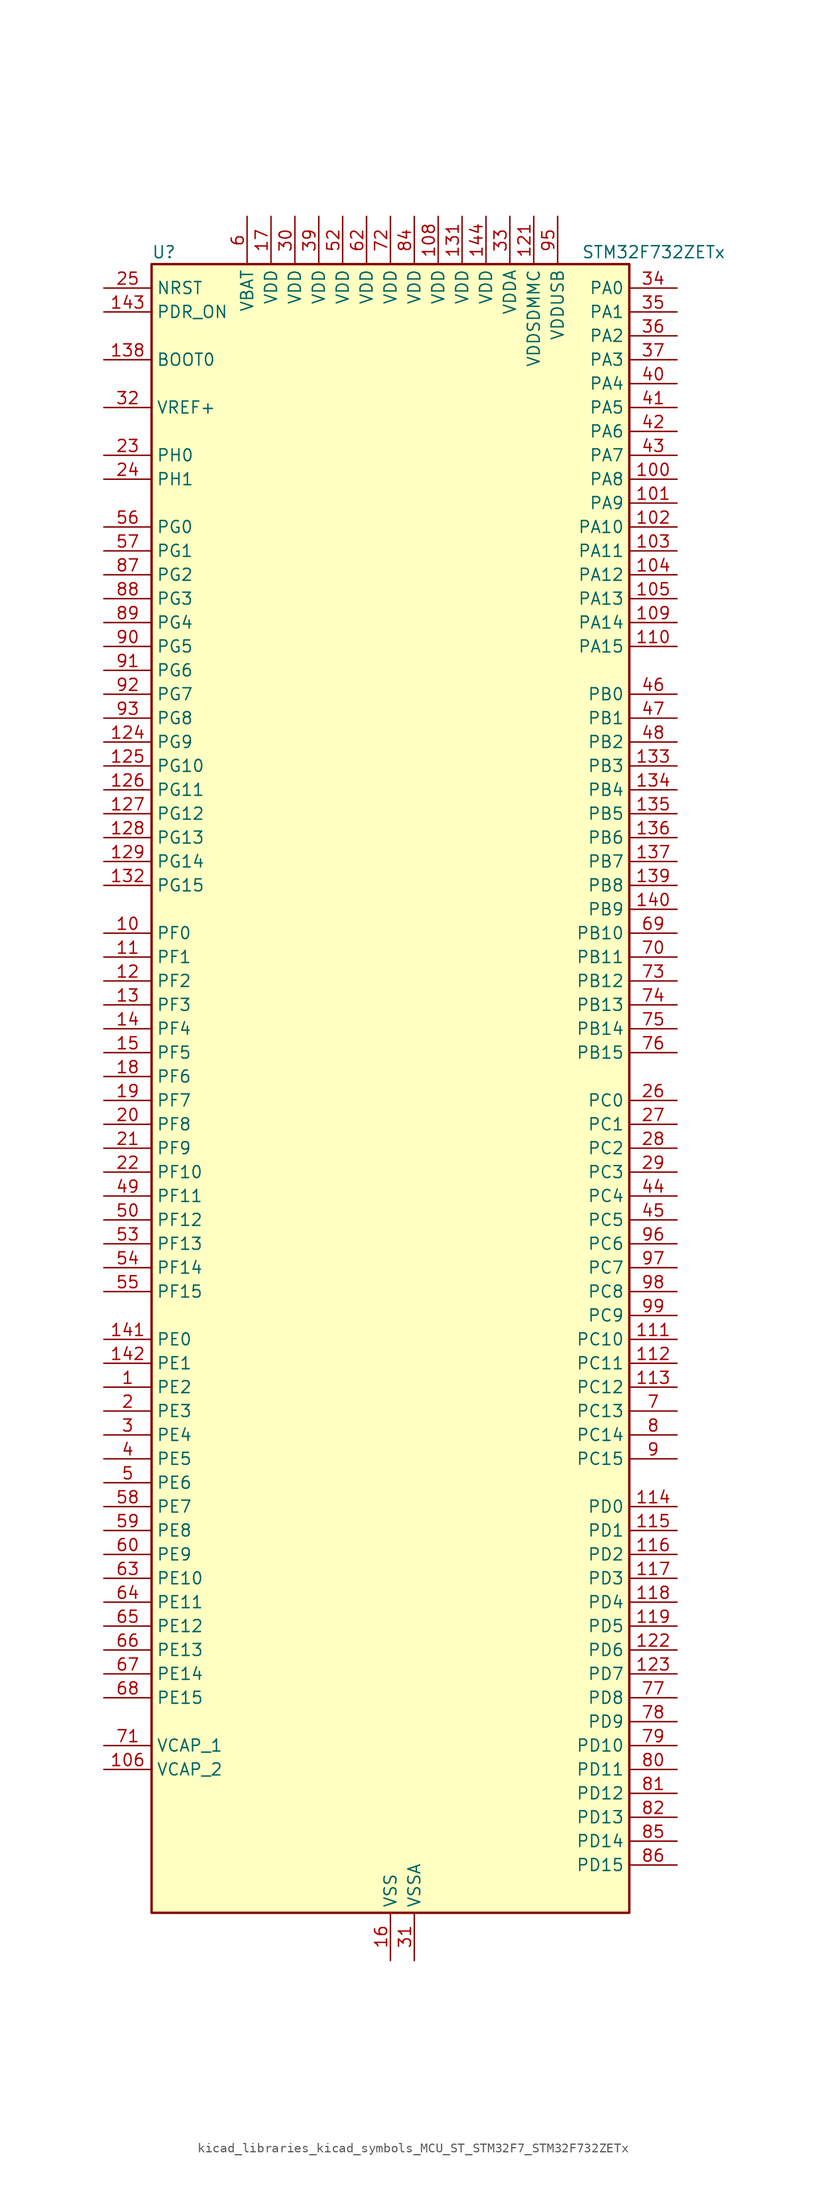
<source format=kicad_sym>
(kicad_symbol_lib
  (version 20220914)
  (generator kicad_symbol_editor)
  (symbol "kicad_libraries_kicad_symbols_MCU_ST_STM32F7_STM32F732ZETx"
    (property "Reference" "U"
      (at -25.4 90.17 0)
      (effects (font (size 1.27 1.27)) (justify left)))
    (property "Value" "STM32F732ZETx"
      (at 20.32 90.17 0)
      (effects (font (size 1.27 1.27)) (justify left)))
    (property "ki_locked" ""
      (at 0 0 0)
      (effects (font (size 1.27 1.27))))
    (symbol "kicad_libraries_kicad_symbols_MCU_ST_STM32F7_STM32F732ZETx_0_1"
      (rectangle (start -25.4 -86.36) (end 25.4 88.9) (stroke (width 0.254) (type default)) (fill (type background))))
    (symbol "kicad_libraries_kicad_symbols_MCU_ST_STM32F7_STM32F732ZETx_1_1"
      (pin bidirectional line (at -30.48 -30.48 0) (length 5.08) (name "PE2" (effects (font (size 1.27 1.27)))) (number "1" (effects (font (size 1.27 1.27)))) (alternate "FMC_A23" bidirectional line) (alternate "QUADSPI_BK1_IO2" bidirectional line) (alternate "SAI1_MCLK_A" bidirectional line) (alternate "SPI4_SCK" bidirectional line) (alternate "SYS_TRACECLK" bidirectional line))
      (pin bidirectional line (at -30.48 17.78 0) (length 5.08) (name "PF0" (effects (font (size 1.27 1.27)))) (number "10" (effects (font (size 1.27 1.27)))) (alternate "FMC_A0" bidirectional line) (alternate "I2C2_SDA" bidirectional line))
      (pin bidirectional line (at 30.48 66.04 180) (length 5.08) (name "PA8" (effects (font (size 1.27 1.27)))) (number "100" (effects (font (size 1.27 1.27)))) (alternate "I2C3_SCL" bidirectional line) (alternate "RCC_MCO_1" bidirectional line) (alternate "TIM1_CH1" bidirectional line) (alternate "TIM8_BKIN2" bidirectional line) (alternate "USART1_CK" bidirectional line) (alternate "USB_OTG_FS_SOF" bidirectional line))
      (pin bidirectional line (at 30.48 63.5 180) (length 5.08) (name "PA9" (effects (font (size 1.27 1.27)))) (number "101" (effects (font (size 1.27 1.27)))) (alternate "DAC_EXTI9" bidirectional line) (alternate "I2C3_SMBA" bidirectional line) (alternate "I2S2_CK" bidirectional line) (alternate "SPI2_SCK" bidirectional line) (alternate "TIM1_CH2" bidirectional line) (alternate "USART1_TX" bidirectional line) (alternate "USB_OTG_FS_VBUS" bidirectional line))
      (pin bidirectional line (at 30.48 60.96 180) (length 5.08) (name "PA10" (effects (font (size 1.27 1.27)))) (number "102" (effects (font (size 1.27 1.27)))) (alternate "TIM1_CH3" bidirectional line) (alternate "USART1_RX" bidirectional line) (alternate "USB_OTG_FS_ID" bidirectional line))
      (pin bidirectional line (at 30.48 58.42 180) (length 5.08) (name "PA11" (effects (font (size 1.27 1.27)))) (number "103" (effects (font (size 1.27 1.27)))) (alternate "ADC1_EXTI11" bidirectional line) (alternate "ADC2_EXTI11" bidirectional line) (alternate "ADC3_EXTI11" bidirectional line) (alternate "CAN1_RX" bidirectional line) (alternate "TIM1_CH4" bidirectional line) (alternate "USART1_CTS" bidirectional line) (alternate "USB_OTG_FS_DM" bidirectional line))
      (pin bidirectional line (at 30.48 55.88 180) (length 5.08) (name "PA12" (effects (font (size 1.27 1.27)))) (number "104" (effects (font (size 1.27 1.27)))) (alternate "CAN1_TX" bidirectional line) (alternate "SAI2_FS_B" bidirectional line) (alternate "TIM1_ETR" bidirectional line) (alternate "USART1_DE" bidirectional line) (alternate "USART1_RTS" bidirectional line) (alternate "USB_OTG_FS_DP" bidirectional line))
      (pin bidirectional line (at 30.48 53.34 180) (length 5.08) (name "PA13" (effects (font (size 1.27 1.27)))) (number "105" (effects (font (size 1.27 1.27)))) (alternate "SYS_JTMS-SWDIO" bidirectional line))
      (pin power_out line (at -30.48 -71.12 0) (length 5.08) (name "VCAP_2" (effects (font (size 1.27 1.27)))) (number "106" (effects (font (size 1.27 1.27)))))
      (pin passive line (at 0 -91.44 90) (length 5.08) hide (name "VSS" (effects (font (size 1.27 1.27)))) (number "107" (effects (font (size 1.27 1.27)))))
      (pin power_in line (at 5.08 93.98 270) (length 5.08) (name "VDD" (effects (font (size 1.27 1.27)))) (number "108" (effects (font (size 1.27 1.27)))))
      (pin bidirectional line (at 30.48 50.8 180) (length 5.08) (name "PA14" (effects (font (size 1.27 1.27)))) (number "109" (effects (font (size 1.27 1.27)))) (alternate "SYS_JTCK-SWCLK" bidirectional line))
      (pin bidirectional line (at -30.48 15.24 0) (length 5.08) (name "PF1" (effects (font (size 1.27 1.27)))) (number "11" (effects (font (size 1.27 1.27)))) (alternate "FMC_A1" bidirectional line) (alternate "I2C2_SCL" bidirectional line))
      (pin bidirectional line (at 30.48 48.26 180) (length 5.08) (name "PA15" (effects (font (size 1.27 1.27)))) (number "110" (effects (font (size 1.27 1.27)))) (alternate "I2S1_WS" bidirectional line) (alternate "I2S3_WS" bidirectional line) (alternate "SPI1_NSS" bidirectional line) (alternate "SPI3_NSS" bidirectional line) (alternate "SYS_JTDI" bidirectional line) (alternate "TIM2_CH1" bidirectional line) (alternate "TIM2_ETR" bidirectional line) (alternate "UART4_DE" bidirectional line) (alternate "UART4_RTS" bidirectional line))
      (pin bidirectional line (at 30.48 -25.4 180) (length 5.08) (name "PC10" (effects (font (size 1.27 1.27)))) (number "111" (effects (font (size 1.27 1.27)))) (alternate "I2S3_CK" bidirectional line) (alternate "QUADSPI_BK1_IO1" bidirectional line) (alternate "SDMMC1_D2" bidirectional line) (alternate "SPI3_SCK" bidirectional line) (alternate "UART4_TX" bidirectional line) (alternate "USART3_TX" bidirectional line))
      (pin bidirectional line (at 30.48 -27.94 180) (length 5.08) (name "PC11" (effects (font (size 1.27 1.27)))) (number "112" (effects (font (size 1.27 1.27)))) (alternate "ADC1_EXTI11" bidirectional line) (alternate "ADC2_EXTI11" bidirectional line) (alternate "ADC3_EXTI11" bidirectional line) (alternate "QUADSPI_BK2_NCS" bidirectional line) (alternate "SDMMC1_D3" bidirectional line) (alternate "SPI3_MISO" bidirectional line) (alternate "UART4_RX" bidirectional line) (alternate "USART3_RX" bidirectional line))
      (pin bidirectional line (at 30.48 -30.48 180) (length 5.08) (name "PC12" (effects (font (size 1.27 1.27)))) (number "113" (effects (font (size 1.27 1.27)))) (alternate "I2S3_SD" bidirectional line) (alternate "SDMMC1_CK" bidirectional line) (alternate "SPI3_MOSI" bidirectional line) (alternate "SYS_TRACED3" bidirectional line) (alternate "UART5_TX" bidirectional line) (alternate "USART3_CK" bidirectional line))
      (pin bidirectional line (at 30.48 -43.18 180) (length 5.08) (name "PD0" (effects (font (size 1.27 1.27)))) (number "114" (effects (font (size 1.27 1.27)))) (alternate "CAN1_RX" bidirectional line) (alternate "FMC_D2" bidirectional line) (alternate "FMC_DA2" bidirectional line))
      (pin bidirectional line (at 30.48 -45.72 180) (length 5.08) (name "PD1" (effects (font (size 1.27 1.27)))) (number "115" (effects (font (size 1.27 1.27)))) (alternate "CAN1_TX" bidirectional line) (alternate "FMC_D3" bidirectional line) (alternate "FMC_DA3" bidirectional line))
      (pin bidirectional line (at 30.48 -48.26 180) (length 5.08) (name "PD2" (effects (font (size 1.27 1.27)))) (number "116" (effects (font (size 1.27 1.27)))) (alternate "SDMMC1_CMD" bidirectional line) (alternate "SYS_TRACED2" bidirectional line) (alternate "TIM3_ETR" bidirectional line) (alternate "UART5_RX" bidirectional line))
      (pin bidirectional line (at 30.48 -50.8 180) (length 5.08) (name "PD3" (effects (font (size 1.27 1.27)))) (number "117" (effects (font (size 1.27 1.27)))) (alternate "FMC_CLK" bidirectional line) (alternate "I2S2_CK" bidirectional line) (alternate "SPI2_SCK" bidirectional line) (alternate "USART2_CTS" bidirectional line))
      (pin bidirectional line (at 30.48 -53.34 180) (length 5.08) (name "PD4" (effects (font (size 1.27 1.27)))) (number "118" (effects (font (size 1.27 1.27)))) (alternate "FMC_NOE" bidirectional line) (alternate "USART2_DE" bidirectional line) (alternate "USART2_RTS" bidirectional line))
      (pin bidirectional line (at 30.48 -55.88 180) (length 5.08) (name "PD5" (effects (font (size 1.27 1.27)))) (number "119" (effects (font (size 1.27 1.27)))) (alternate "FMC_NWE" bidirectional line) (alternate "USART2_TX" bidirectional line))
      (pin bidirectional line (at -30.48 12.7 0) (length 5.08) (name "PF2" (effects (font (size 1.27 1.27)))) (number "12" (effects (font (size 1.27 1.27)))) (alternate "FMC_A2" bidirectional line) (alternate "I2C2_SMBA" bidirectional line))
      (pin passive line (at 0 -91.44 90) (length 5.08) hide (name "VSS" (effects (font (size 1.27 1.27)))) (number "120" (effects (font (size 1.27 1.27)))))
      (pin power_in line (at 15.24 93.98 270) (length 5.08) (name "VDDSDMMC" (effects (font (size 1.27 1.27)))) (number "121" (effects (font (size 1.27 1.27)))))
      (pin bidirectional line (at 30.48 -58.42 180) (length 5.08) (name "PD6" (effects (font (size 1.27 1.27)))) (number "122" (effects (font (size 1.27 1.27)))) (alternate "FMC_NWAIT" bidirectional line) (alternate "I2S3_SD" bidirectional line) (alternate "SAI1_SD_A" bidirectional line) (alternate "SDMMC2_CK" bidirectional line) (alternate "SPI3_MOSI" bidirectional line) (alternate "USART2_RX" bidirectional line))
      (pin bidirectional line (at 30.48 -60.96 180) (length 5.08) (name "PD7" (effects (font (size 1.27 1.27)))) (number "123" (effects (font (size 1.27 1.27)))) (alternate "FMC_NE1" bidirectional line) (alternate "SDMMC2_CMD" bidirectional line) (alternate "USART2_CK" bidirectional line))
      (pin bidirectional line (at -30.48 38.1 0) (length 5.08) (name "PG9" (effects (font (size 1.27 1.27)))) (number "124" (effects (font (size 1.27 1.27)))) (alternate "DAC_EXTI9" bidirectional line) (alternate "FMC_NCE" bidirectional line) (alternate "FMC_NE2" bidirectional line) (alternate "QUADSPI_BK2_IO2" bidirectional line) (alternate "SAI2_FS_B" bidirectional line) (alternate "SDMMC2_D0" bidirectional line) (alternate "USART6_RX" bidirectional line))
      (pin bidirectional line (at -30.48 35.56 0) (length 5.08) (name "PG10" (effects (font (size 1.27 1.27)))) (number "125" (effects (font (size 1.27 1.27)))) (alternate "FMC_NE3" bidirectional line) (alternate "SAI2_SD_B" bidirectional line) (alternate "SDMMC2_D1" bidirectional line))
      (pin bidirectional line (at -30.48 33.02 0) (length 5.08) (name "PG11" (effects (font (size 1.27 1.27)))) (number "126" (effects (font (size 1.27 1.27)))) (alternate "ADC1_EXTI11" bidirectional line) (alternate "ADC2_EXTI11" bidirectional line) (alternate "ADC3_EXTI11" bidirectional line) (alternate "FMC_INT" bidirectional line) (alternate "SDMMC2_D2" bidirectional line))
      (pin bidirectional line (at -30.48 30.48 0) (length 5.08) (name "PG12" (effects (font (size 1.27 1.27)))) (number "127" (effects (font (size 1.27 1.27)))) (alternate "FMC_NE4" bidirectional line) (alternate "LPTIM1_IN1" bidirectional line) (alternate "SDMMC2_D3" bidirectional line) (alternate "USART6_DE" bidirectional line) (alternate "USART6_RTS" bidirectional line))
      (pin bidirectional line (at -30.48 27.94 0) (length 5.08) (name "PG13" (effects (font (size 1.27 1.27)))) (number "128" (effects (font (size 1.27 1.27)))) (alternate "FMC_A24" bidirectional line) (alternate "LPTIM1_OUT" bidirectional line) (alternate "SYS_TRACED0" bidirectional line) (alternate "USART6_CTS" bidirectional line))
      (pin bidirectional line (at -30.48 25.4 0) (length 5.08) (name "PG14" (effects (font (size 1.27 1.27)))) (number "129" (effects (font (size 1.27 1.27)))) (alternate "FMC_A25" bidirectional line) (alternate "LPTIM1_ETR" bidirectional line) (alternate "QUADSPI_BK2_IO3" bidirectional line) (alternate "SYS_TRACED1" bidirectional line) (alternate "USART6_TX" bidirectional line))
      (pin bidirectional line (at -30.48 10.16 0) (length 5.08) (name "PF3" (effects (font (size 1.27 1.27)))) (number "13" (effects (font (size 1.27 1.27)))) (alternate "ADC3_IN9" bidirectional line) (alternate "FMC_A3" bidirectional line))
      (pin passive line (at 0 -91.44 90) (length 5.08) hide (name "VSS" (effects (font (size 1.27 1.27)))) (number "130" (effects (font (size 1.27 1.27)))))
      (pin power_in line (at 7.62 93.98 270) (length 5.08) (name "VDD" (effects (font (size 1.27 1.27)))) (number "131" (effects (font (size 1.27 1.27)))))
      (pin bidirectional line (at -30.48 22.86 0) (length 5.08) (name "PG15" (effects (font (size 1.27 1.27)))) (number "132" (effects (font (size 1.27 1.27)))) (alternate "FMC_SDNCAS" bidirectional line) (alternate "USART6_CTS" bidirectional line))
      (pin bidirectional line (at 30.48 35.56 180) (length 5.08) (name "PB3" (effects (font (size 1.27 1.27)))) (number "133" (effects (font (size 1.27 1.27)))) (alternate "I2S1_CK" bidirectional line) (alternate "I2S3_CK" bidirectional line) (alternate "SDMMC2_D2" bidirectional line) (alternate "SPI1_SCK" bidirectional line) (alternate "SPI3_SCK" bidirectional line) (alternate "SYS_JTDO-SWO" bidirectional line) (alternate "TIM2_CH2" bidirectional line))
      (pin bidirectional line (at 30.48 33.02 180) (length 5.08) (name "PB4" (effects (font (size 1.27 1.27)))) (number "134" (effects (font (size 1.27 1.27)))) (alternate "I2S2_WS" bidirectional line) (alternate "SDMMC2_D3" bidirectional line) (alternate "SPI1_MISO" bidirectional line) (alternate "SPI2_NSS" bidirectional line) (alternate "SPI3_MISO" bidirectional line) (alternate "SYS_JTRST" bidirectional line) (alternate "TIM3_CH1" bidirectional line))
      (pin bidirectional line (at 30.48 30.48 180) (length 5.08) (name "PB5" (effects (font (size 1.27 1.27)))) (number "135" (effects (font (size 1.27 1.27)))) (alternate "FMC_SDCKE1" bidirectional line) (alternate "I2C1_SMBA" bidirectional line) (alternate "I2S1_SD" bidirectional line) (alternate "I2S3_SD" bidirectional line) (alternate "SPI1_MOSI" bidirectional line) (alternate "SPI3_MOSI" bidirectional line) (alternate "TIM3_CH2" bidirectional line) (alternate "USB_OTG_HS_ULPI_D7" bidirectional line))
      (pin bidirectional line (at 30.48 27.94 180) (length 5.08) (name "PB6" (effects (font (size 1.27 1.27)))) (number "136" (effects (font (size 1.27 1.27)))) (alternate "FMC_SDNE1" bidirectional line) (alternate "I2C1_SCL" bidirectional line) (alternate "QUADSPI_BK1_NCS" bidirectional line) (alternate "TIM4_CH1" bidirectional line) (alternate "USART1_TX" bidirectional line))
      (pin bidirectional line (at 30.48 25.4 180) (length 5.08) (name "PB7" (effects (font (size 1.27 1.27)))) (number "137" (effects (font (size 1.27 1.27)))) (alternate "FMC_NL" bidirectional line) (alternate "I2C1_SDA" bidirectional line) (alternate "TIM4_CH2" bidirectional line) (alternate "USART1_RX" bidirectional line))
      (pin input line (at -30.48 78.74 0) (length 5.08) (name "BOOT0" (effects (font (size 1.27 1.27)))) (number "138" (effects (font (size 1.27 1.27)))))
      (pin bidirectional line (at 30.48 22.86 180) (length 5.08) (name "PB8" (effects (font (size 1.27 1.27)))) (number "139" (effects (font (size 1.27 1.27)))) (alternate "CAN1_RX" bidirectional line) (alternate "I2C1_SCL" bidirectional line) (alternate "SDMMC1_D4" bidirectional line) (alternate "SDMMC2_D4" bidirectional line) (alternate "TIM10_CH1" bidirectional line) (alternate "TIM4_CH3" bidirectional line))
      (pin bidirectional line (at -30.48 7.62 0) (length 5.08) (name "PF4" (effects (font (size 1.27 1.27)))) (number "14" (effects (font (size 1.27 1.27)))) (alternate "ADC3_IN14" bidirectional line) (alternate "FMC_A4" bidirectional line))
      (pin bidirectional line (at 30.48 20.32 180) (length 5.08) (name "PB9" (effects (font (size 1.27 1.27)))) (number "140" (effects (font (size 1.27 1.27)))) (alternate "CAN1_TX" bidirectional line) (alternate "DAC_EXTI9" bidirectional line) (alternate "I2C1_SDA" bidirectional line) (alternate "I2S2_WS" bidirectional line) (alternate "SDMMC1_D5" bidirectional line) (alternate "SDMMC2_D5" bidirectional line) (alternate "SPI2_NSS" bidirectional line) (alternate "TIM11_CH1" bidirectional line) (alternate "TIM4_CH4" bidirectional line))
      (pin bidirectional line (at -30.48 -25.4 0) (length 5.08) (name "PE0" (effects (font (size 1.27 1.27)))) (number "141" (effects (font (size 1.27 1.27)))) (alternate "FMC_NBL0" bidirectional line) (alternate "LPTIM1_ETR" bidirectional line) (alternate "SAI2_MCLK_A" bidirectional line) (alternate "TIM4_ETR" bidirectional line) (alternate "UART8_RX" bidirectional line))
      (pin bidirectional line (at -30.48 -27.94 0) (length 5.08) (name "PE1" (effects (font (size 1.27 1.27)))) (number "142" (effects (font (size 1.27 1.27)))) (alternate "FMC_NBL1" bidirectional line) (alternate "LPTIM1_IN2" bidirectional line) (alternate "UART8_TX" bidirectional line))
      (pin input line (at -30.48 83.82 0) (length 5.08) (name "PDR_ON" (effects (font (size 1.27 1.27)))) (number "143" (effects (font (size 1.27 1.27)))))
      (pin power_in line (at 10.16 93.98 270) (length 5.08) (name "VDD" (effects (font (size 1.27 1.27)))) (number "144" (effects (font (size 1.27 1.27)))))
      (pin bidirectional line (at -30.48 5.08 0) (length 5.08) (name "PF5" (effects (font (size 1.27 1.27)))) (number "15" (effects (font (size 1.27 1.27)))) (alternate "ADC3_IN15" bidirectional line) (alternate "FMC_A5" bidirectional line))
      (pin power_in line (at 0 -91.44 90) (length 5.08) (name "VSS" (effects (font (size 1.27 1.27)))) (number "16" (effects (font (size 1.27 1.27)))))
      (pin power_in line (at -12.7 93.98 270) (length 5.08) (name "VDD" (effects (font (size 1.27 1.27)))) (number "17" (effects (font (size 1.27 1.27)))))
      (pin bidirectional line (at -30.48 2.54 0) (length 5.08) (name "PF6" (effects (font (size 1.27 1.27)))) (number "18" (effects (font (size 1.27 1.27)))) (alternate "ADC3_IN4" bidirectional line) (alternate "QUADSPI_BK1_IO3" bidirectional line) (alternate "SAI1_SD_B" bidirectional line) (alternate "SPI5_NSS" bidirectional line) (alternate "TIM10_CH1" bidirectional line) (alternate "UART7_RX" bidirectional line))
      (pin bidirectional line (at -30.48 0 0) (length 5.08) (name "PF7" (effects (font (size 1.27 1.27)))) (number "19" (effects (font (size 1.27 1.27)))) (alternate "ADC3_IN5" bidirectional line) (alternate "QUADSPI_BK1_IO2" bidirectional line) (alternate "SAI1_MCLK_B" bidirectional line) (alternate "SPI5_SCK" bidirectional line) (alternate "TIM11_CH1" bidirectional line) (alternate "UART7_TX" bidirectional line))
      (pin bidirectional line (at -30.48 -33.02 0) (length 5.08) (name "PE3" (effects (font (size 1.27 1.27)))) (number "2" (effects (font (size 1.27 1.27)))) (alternate "FMC_A19" bidirectional line) (alternate "SAI1_SD_B" bidirectional line) (alternate "SYS_TRACED0" bidirectional line))
      (pin bidirectional line (at -30.48 -2.54 0) (length 5.08) (name "PF8" (effects (font (size 1.27 1.27)))) (number "20" (effects (font (size 1.27 1.27)))) (alternate "ADC3_IN6" bidirectional line) (alternate "QUADSPI_BK1_IO0" bidirectional line) (alternate "SAI1_SCK_B" bidirectional line) (alternate "SPI5_MISO" bidirectional line) (alternate "TIM13_CH1" bidirectional line) (alternate "UART7_DE" bidirectional line) (alternate "UART7_RTS" bidirectional line))
      (pin bidirectional line (at -30.48 -5.08 0) (length 5.08) (name "PF9" (effects (font (size 1.27 1.27)))) (number "21" (effects (font (size 1.27 1.27)))) (alternate "ADC3_IN7" bidirectional line) (alternate "DAC_EXTI9" bidirectional line) (alternate "QUADSPI_BK1_IO1" bidirectional line) (alternate "SAI1_FS_B" bidirectional line) (alternate "SPI5_MOSI" bidirectional line) (alternate "TIM14_CH1" bidirectional line) (alternate "UART7_CTS" bidirectional line))
      (pin bidirectional line (at -30.48 -7.62 0) (length 5.08) (name "PF10" (effects (font (size 1.27 1.27)))) (number "22" (effects (font (size 1.27 1.27)))) (alternate "ADC3_IN8" bidirectional line))
      (pin bidirectional line (at -30.48 68.58 0) (length 5.08) (name "PH0" (effects (font (size 1.27 1.27)))) (number "23" (effects (font (size 1.27 1.27)))) (alternate "RCC_OSC_IN" bidirectional line))
      (pin bidirectional line (at -30.48 66.04 0) (length 5.08) (name "PH1" (effects (font (size 1.27 1.27)))) (number "24" (effects (font (size 1.27 1.27)))) (alternate "RCC_OSC_OUT" bidirectional line))
      (pin input line (at -30.48 86.36 0) (length 5.08) (name "NRST" (effects (font (size 1.27 1.27)))) (number "25" (effects (font (size 1.27 1.27)))))
      (pin bidirectional line (at 30.48 0 180) (length 5.08) (name "PC0" (effects (font (size 1.27 1.27)))) (number "26" (effects (font (size 1.27 1.27)))) (alternate "ADC1_IN10" bidirectional line) (alternate "ADC2_IN10" bidirectional line) (alternate "ADC3_IN10" bidirectional line) (alternate "FMC_SDNWE" bidirectional line) (alternate "SAI2_FS_B" bidirectional line) (alternate "USB_OTG_HS_ULPI_STP" bidirectional line))
      (pin bidirectional line (at 30.48 -2.54 180) (length 5.08) (name "PC1" (effects (font (size 1.27 1.27)))) (number "27" (effects (font (size 1.27 1.27)))) (alternate "ADC1_IN11" bidirectional line) (alternate "ADC2_IN11" bidirectional line) (alternate "ADC3_IN11" bidirectional line) (alternate "I2S2_SD" bidirectional line) (alternate "RTC_TAMP3" bidirectional line) (alternate "RTC_TS" bidirectional line) (alternate "SAI1_SD_A" bidirectional line) (alternate "SPI2_MOSI" bidirectional line) (alternate "SYS_TRACED0" bidirectional line) (alternate "SYS_WKUP3" bidirectional line))
      (pin bidirectional line (at 30.48 -5.08 180) (length 5.08) (name "PC2" (effects (font (size 1.27 1.27)))) (number "28" (effects (font (size 1.27 1.27)))) (alternate "ADC1_IN12" bidirectional line) (alternate "ADC2_IN12" bidirectional line) (alternate "ADC3_IN12" bidirectional line) (alternate "FMC_SDNE0" bidirectional line) (alternate "SPI2_MISO" bidirectional line) (alternate "USB_OTG_HS_ULPI_DIR" bidirectional line))
      (pin bidirectional line (at 30.48 -7.62 180) (length 5.08) (name "PC3" (effects (font (size 1.27 1.27)))) (number "29" (effects (font (size 1.27 1.27)))) (alternate "ADC1_IN13" bidirectional line) (alternate "ADC2_IN13" bidirectional line) (alternate "ADC3_IN13" bidirectional line) (alternate "FMC_SDCKE0" bidirectional line) (alternate "I2S2_SD" bidirectional line) (alternate "SPI2_MOSI" bidirectional line) (alternate "USB_OTG_HS_ULPI_NXT" bidirectional line))
      (pin bidirectional line (at -30.48 -35.56 0) (length 5.08) (name "PE4" (effects (font (size 1.27 1.27)))) (number "3" (effects (font (size 1.27 1.27)))) (alternate "FMC_A20" bidirectional line) (alternate "SAI1_FS_A" bidirectional line) (alternate "SPI4_NSS" bidirectional line) (alternate "SYS_TRACED1" bidirectional line))
      (pin power_in line (at -10.16 93.98 270) (length 5.08) (name "VDD" (effects (font (size 1.27 1.27)))) (number "30" (effects (font (size 1.27 1.27)))))
      (pin power_in line (at 2.54 -91.44 90) (length 5.08) (name "VSSA" (effects (font (size 1.27 1.27)))) (number "31" (effects (font (size 1.27 1.27)))))
      (pin input line (at -30.48 73.66 0) (length 5.08) (name "VREF+" (effects (font (size 1.27 1.27)))) (number "32" (effects (font (size 1.27 1.27)))))
      (pin power_in line (at 12.7 93.98 270) (length 5.08) (name "VDDA" (effects (font (size 1.27 1.27)))) (number "33" (effects (font (size 1.27 1.27)))))
      (pin bidirectional line (at 30.48 86.36 180) (length 5.08) (name "PA0" (effects (font (size 1.27 1.27)))) (number "34" (effects (font (size 1.27 1.27)))) (alternate "ADC1_IN0" bidirectional line) (alternate "ADC2_IN0" bidirectional line) (alternate "ADC3_IN0" bidirectional line) (alternate "SAI2_SD_B" bidirectional line) (alternate "SYS_WKUP1" bidirectional line) (alternate "TIM2_CH1" bidirectional line) (alternate "TIM2_ETR" bidirectional line) (alternate "TIM5_CH1" bidirectional line) (alternate "TIM8_ETR" bidirectional line) (alternate "UART4_TX" bidirectional line) (alternate "USART2_CTS" bidirectional line))
      (pin bidirectional line (at 30.48 83.82 180) (length 5.08) (name "PA1" (effects (font (size 1.27 1.27)))) (number "35" (effects (font (size 1.27 1.27)))) (alternate "ADC1_IN1" bidirectional line) (alternate "ADC2_IN1" bidirectional line) (alternate "ADC3_IN1" bidirectional line) (alternate "QUADSPI_BK1_IO3" bidirectional line) (alternate "SAI2_MCLK_B" bidirectional line) (alternate "TIM2_CH2" bidirectional line) (alternate "TIM5_CH2" bidirectional line) (alternate "UART4_RX" bidirectional line) (alternate "USART2_DE" bidirectional line) (alternate "USART2_RTS" bidirectional line))
      (pin bidirectional line (at 30.48 81.28 180) (length 5.08) (name "PA2" (effects (font (size 1.27 1.27)))) (number "36" (effects (font (size 1.27 1.27)))) (alternate "ADC1_IN2" bidirectional line) (alternate "ADC2_IN2" bidirectional line) (alternate "ADC3_IN2" bidirectional line) (alternate "SAI2_SCK_B" bidirectional line) (alternate "SYS_WKUP2" bidirectional line) (alternate "TIM2_CH3" bidirectional line) (alternate "TIM5_CH3" bidirectional line) (alternate "TIM9_CH1" bidirectional line) (alternate "USART2_TX" bidirectional line))
      (pin bidirectional line (at 30.48 78.74 180) (length 5.08) (name "PA3" (effects (font (size 1.27 1.27)))) (number "37" (effects (font (size 1.27 1.27)))) (alternate "ADC1_IN3" bidirectional line) (alternate "ADC2_IN3" bidirectional line) (alternate "ADC3_IN3" bidirectional line) (alternate "TIM2_CH4" bidirectional line) (alternate "TIM5_CH4" bidirectional line) (alternate "TIM9_CH2" bidirectional line) (alternate "USART2_RX" bidirectional line) (alternate "USB_OTG_HS_ULPI_D0" bidirectional line))
      (pin passive line (at 0 -91.44 90) (length 5.08) hide (name "VSS" (effects (font (size 1.27 1.27)))) (number "38" (effects (font (size 1.27 1.27)))))
      (pin power_in line (at -7.62 93.98 270) (length 5.08) (name "VDD" (effects (font (size 1.27 1.27)))) (number "39" (effects (font (size 1.27 1.27)))))
      (pin bidirectional line (at -30.48 -38.1 0) (length 5.08) (name "PE5" (effects (font (size 1.27 1.27)))) (number "4" (effects (font (size 1.27 1.27)))) (alternate "FMC_A21" bidirectional line) (alternate "SAI1_SCK_A" bidirectional line) (alternate "SPI4_MISO" bidirectional line) (alternate "SYS_TRACED2" bidirectional line) (alternate "TIM9_CH1" bidirectional line))
      (pin bidirectional line (at 30.48 76.2 180) (length 5.08) (name "PA4" (effects (font (size 1.27 1.27)))) (number "40" (effects (font (size 1.27 1.27)))) (alternate "ADC1_IN4" bidirectional line) (alternate "ADC2_IN4" bidirectional line) (alternate "DAC_OUT1" bidirectional line) (alternate "I2S1_WS" bidirectional line) (alternate "I2S3_WS" bidirectional line) (alternate "SPI1_NSS" bidirectional line) (alternate "SPI3_NSS" bidirectional line) (alternate "USART2_CK" bidirectional line) (alternate "USB_OTG_HS_SOF" bidirectional line))
      (pin bidirectional line (at 30.48 73.66 180) (length 5.08) (name "PA5" (effects (font (size 1.27 1.27)))) (number "41" (effects (font (size 1.27 1.27)))) (alternate "ADC1_IN5" bidirectional line) (alternate "ADC2_IN5" bidirectional line) (alternate "DAC_OUT2" bidirectional line) (alternate "I2S1_CK" bidirectional line) (alternate "SPI1_SCK" bidirectional line) (alternate "TIM2_CH1" bidirectional line) (alternate "TIM2_ETR" bidirectional line) (alternate "TIM8_CH1N" bidirectional line) (alternate "USB_OTG_HS_ULPI_CK" bidirectional line))
      (pin bidirectional line (at 30.48 71.12 180) (length 5.08) (name "PA6" (effects (font (size 1.27 1.27)))) (number "42" (effects (font (size 1.27 1.27)))) (alternate "ADC1_IN6" bidirectional line) (alternate "ADC2_IN6" bidirectional line) (alternate "SPI1_MISO" bidirectional line) (alternate "TIM13_CH1" bidirectional line) (alternate "TIM1_BKIN" bidirectional line) (alternate "TIM3_CH1" bidirectional line) (alternate "TIM8_BKIN" bidirectional line))
      (pin bidirectional line (at 30.48 68.58 180) (length 5.08) (name "PA7" (effects (font (size 1.27 1.27)))) (number "43" (effects (font (size 1.27 1.27)))) (alternate "ADC1_IN7" bidirectional line) (alternate "ADC2_IN7" bidirectional line) (alternate "FMC_SDNWE" bidirectional line) (alternate "I2S1_SD" bidirectional line) (alternate "SPI1_MOSI" bidirectional line) (alternate "TIM14_CH1" bidirectional line) (alternate "TIM1_CH1N" bidirectional line) (alternate "TIM3_CH2" bidirectional line) (alternate "TIM8_CH1N" bidirectional line))
      (pin bidirectional line (at 30.48 -10.16 180) (length 5.08) (name "PC4" (effects (font (size 1.27 1.27)))) (number "44" (effects (font (size 1.27 1.27)))) (alternate "ADC1_IN14" bidirectional line) (alternate "ADC2_IN14" bidirectional line) (alternate "FMC_SDNE0" bidirectional line) (alternate "I2S1_MCK" bidirectional line))
      (pin bidirectional line (at 30.48 -12.7 180) (length 5.08) (name "PC5" (effects (font (size 1.27 1.27)))) (number "45" (effects (font (size 1.27 1.27)))) (alternate "ADC1_IN15" bidirectional line) (alternate "ADC2_IN15" bidirectional line) (alternate "FMC_SDCKE0" bidirectional line))
      (pin bidirectional line (at 30.48 43.18 180) (length 5.08) (name "PB0" (effects (font (size 1.27 1.27)))) (number "46" (effects (font (size 1.27 1.27)))) (alternate "ADC1_IN8" bidirectional line) (alternate "ADC2_IN8" bidirectional line) (alternate "TIM1_CH2N" bidirectional line) (alternate "TIM3_CH3" bidirectional line) (alternate "TIM8_CH2N" bidirectional line) (alternate "UART4_CTS" bidirectional line) (alternate "USB_OTG_HS_ULPI_D1" bidirectional line))
      (pin bidirectional line (at 30.48 40.64 180) (length 5.08) (name "PB1" (effects (font (size 1.27 1.27)))) (number "47" (effects (font (size 1.27 1.27)))) (alternate "ADC1_IN9" bidirectional line) (alternate "ADC2_IN9" bidirectional line) (alternate "TIM1_CH3N" bidirectional line) (alternate "TIM3_CH4" bidirectional line) (alternate "TIM8_CH3N" bidirectional line) (alternate "USB_OTG_HS_ULPI_D2" bidirectional line))
      (pin bidirectional line (at 30.48 38.1 180) (length 5.08) (name "PB2" (effects (font (size 1.27 1.27)))) (number "48" (effects (font (size 1.27 1.27)))) (alternate "I2S3_SD" bidirectional line) (alternate "QUADSPI_CLK" bidirectional line) (alternate "SAI1_SD_A" bidirectional line) (alternate "SPI3_MOSI" bidirectional line))
      (pin bidirectional line (at -30.48 -10.16 0) (length 5.08) (name "PF11" (effects (font (size 1.27 1.27)))) (number "49" (effects (font (size 1.27 1.27)))) (alternate "ADC1_EXTI11" bidirectional line) (alternate "ADC2_EXTI11" bidirectional line) (alternate "ADC3_EXTI11" bidirectional line) (alternate "FMC_SDNRAS" bidirectional line) (alternate "SAI2_SD_B" bidirectional line) (alternate "SPI5_MOSI" bidirectional line))
      (pin bidirectional line (at -30.48 -40.64 0) (length 5.08) (name "PE6" (effects (font (size 1.27 1.27)))) (number "5" (effects (font (size 1.27 1.27)))) (alternate "FMC_A22" bidirectional line) (alternate "SAI1_SD_A" bidirectional line) (alternate "SAI2_MCLK_B" bidirectional line) (alternate "SPI4_MOSI" bidirectional line) (alternate "SYS_TRACED3" bidirectional line) (alternate "TIM1_BKIN2" bidirectional line) (alternate "TIM9_CH2" bidirectional line))
      (pin bidirectional line (at -30.48 -12.7 0) (length 5.08) (name "PF12" (effects (font (size 1.27 1.27)))) (number "50" (effects (font (size 1.27 1.27)))) (alternate "FMC_A6" bidirectional line))
      (pin passive line (at 0 -91.44 90) (length 5.08) hide (name "VSS" (effects (font (size 1.27 1.27)))) (number "51" (effects (font (size 1.27 1.27)))))
      (pin power_in line (at -5.08 93.98 270) (length 5.08) (name "VDD" (effects (font (size 1.27 1.27)))) (number "52" (effects (font (size 1.27 1.27)))))
      (pin bidirectional line (at -30.48 -15.24 0) (length 5.08) (name "PF13" (effects (font (size 1.27 1.27)))) (number "53" (effects (font (size 1.27 1.27)))) (alternate "FMC_A7" bidirectional line))
      (pin bidirectional line (at -30.48 -17.78 0) (length 5.08) (name "PF14" (effects (font (size 1.27 1.27)))) (number "54" (effects (font (size 1.27 1.27)))) (alternate "FMC_A8" bidirectional line))
      (pin bidirectional line (at -30.48 -20.32 0) (length 5.08) (name "PF15" (effects (font (size 1.27 1.27)))) (number "55" (effects (font (size 1.27 1.27)))) (alternate "FMC_A9" bidirectional line))
      (pin bidirectional line (at -30.48 60.96 0) (length 5.08) (name "PG0" (effects (font (size 1.27 1.27)))) (number "56" (effects (font (size 1.27 1.27)))) (alternate "FMC_A10" bidirectional line))
      (pin bidirectional line (at -30.48 58.42 0) (length 5.08) (name "PG1" (effects (font (size 1.27 1.27)))) (number "57" (effects (font (size 1.27 1.27)))) (alternate "FMC_A11" bidirectional line))
      (pin bidirectional line (at -30.48 -43.18 0) (length 5.08) (name "PE7" (effects (font (size 1.27 1.27)))) (number "58" (effects (font (size 1.27 1.27)))) (alternate "FMC_D4" bidirectional line) (alternate "FMC_DA4" bidirectional line) (alternate "QUADSPI_BK2_IO0" bidirectional line) (alternate "TIM1_ETR" bidirectional line) (alternate "UART7_RX" bidirectional line))
      (pin bidirectional line (at -30.48 -45.72 0) (length 5.08) (name "PE8" (effects (font (size 1.27 1.27)))) (number "59" (effects (font (size 1.27 1.27)))) (alternate "FMC_D5" bidirectional line) (alternate "FMC_DA5" bidirectional line) (alternate "QUADSPI_BK2_IO1" bidirectional line) (alternate "TIM1_CH1N" bidirectional line) (alternate "UART7_TX" bidirectional line))
      (pin power_in line (at -15.24 93.98 270) (length 5.08) (name "VBAT" (effects (font (size 1.27 1.27)))) (number "6" (effects (font (size 1.27 1.27)))))
      (pin bidirectional line (at -30.48 -48.26 0) (length 5.08) (name "PE9" (effects (font (size 1.27 1.27)))) (number "60" (effects (font (size 1.27 1.27)))) (alternate "DAC_EXTI9" bidirectional line) (alternate "FMC_D6" bidirectional line) (alternate "FMC_DA6" bidirectional line) (alternate "QUADSPI_BK2_IO2" bidirectional line) (alternate "TIM1_CH1" bidirectional line) (alternate "UART7_DE" bidirectional line) (alternate "UART7_RTS" bidirectional line))
      (pin passive line (at 0 -91.44 90) (length 5.08) hide (name "VSS" (effects (font (size 1.27 1.27)))) (number "61" (effects (font (size 1.27 1.27)))))
      (pin power_in line (at -2.54 93.98 270) (length 5.08) (name "VDD" (effects (font (size 1.27 1.27)))) (number "62" (effects (font (size 1.27 1.27)))))
      (pin bidirectional line (at -30.48 -50.8 0) (length 5.08) (name "PE10" (effects (font (size 1.27 1.27)))) (number "63" (effects (font (size 1.27 1.27)))) (alternate "FMC_D7" bidirectional line) (alternate "FMC_DA7" bidirectional line) (alternate "QUADSPI_BK2_IO3" bidirectional line) (alternate "TIM1_CH2N" bidirectional line) (alternate "UART7_CTS" bidirectional line))
      (pin bidirectional line (at -30.48 -53.34 0) (length 5.08) (name "PE11" (effects (font (size 1.27 1.27)))) (number "64" (effects (font (size 1.27 1.27)))) (alternate "ADC1_EXTI11" bidirectional line) (alternate "ADC2_EXTI11" bidirectional line) (alternate "ADC3_EXTI11" bidirectional line) (alternate "FMC_D8" bidirectional line) (alternate "FMC_DA8" bidirectional line) (alternate "SAI2_SD_B" bidirectional line) (alternate "SPI4_NSS" bidirectional line) (alternate "TIM1_CH2" bidirectional line))
      (pin bidirectional line (at -30.48 -55.88 0) (length 5.08) (name "PE12" (effects (font (size 1.27 1.27)))) (number "65" (effects (font (size 1.27 1.27)))) (alternate "FMC_D9" bidirectional line) (alternate "FMC_DA9" bidirectional line) (alternate "SAI2_SCK_B" bidirectional line) (alternate "SPI4_SCK" bidirectional line) (alternate "TIM1_CH3N" bidirectional line))
      (pin bidirectional line (at -30.48 -58.42 0) (length 5.08) (name "PE13" (effects (font (size 1.27 1.27)))) (number "66" (effects (font (size 1.27 1.27)))) (alternate "FMC_D10" bidirectional line) (alternate "FMC_DA10" bidirectional line) (alternate "SAI2_FS_B" bidirectional line) (alternate "SPI4_MISO" bidirectional line) (alternate "TIM1_CH3" bidirectional line))
      (pin bidirectional line (at -30.48 -60.96 0) (length 5.08) (name "PE14" (effects (font (size 1.27 1.27)))) (number "67" (effects (font (size 1.27 1.27)))) (alternate "FMC_D11" bidirectional line) (alternate "FMC_DA11" bidirectional line) (alternate "SAI2_MCLK_B" bidirectional line) (alternate "SPI4_MOSI" bidirectional line) (alternate "TIM1_CH4" bidirectional line))
      (pin bidirectional line (at -30.48 -63.5 0) (length 5.08) (name "PE15" (effects (font (size 1.27 1.27)))) (number "68" (effects (font (size 1.27 1.27)))) (alternate "FMC_D12" bidirectional line) (alternate "FMC_DA12" bidirectional line) (alternate "TIM1_BKIN" bidirectional line))
      (pin bidirectional line (at 30.48 17.78 180) (length 5.08) (name "PB10" (effects (font (size 1.27 1.27)))) (number "69" (effects (font (size 1.27 1.27)))) (alternate "I2C2_SCL" bidirectional line) (alternate "I2S2_CK" bidirectional line) (alternate "SPI2_SCK" bidirectional line) (alternate "TIM2_CH3" bidirectional line) (alternate "USART3_TX" bidirectional line) (alternate "USB_OTG_HS_ULPI_D3" bidirectional line))
      (pin bidirectional line (at 30.48 -33.02 180) (length 5.08) (name "PC13" (effects (font (size 1.27 1.27)))) (number "7" (effects (font (size 1.27 1.27)))) (alternate "RTC_OUT" bidirectional line) (alternate "RTC_TAMP1" bidirectional line) (alternate "RTC_TS" bidirectional line) (alternate "SYS_WKUP4" bidirectional line))
      (pin bidirectional line (at 30.48 15.24 180) (length 5.08) (name "PB11" (effects (font (size 1.27 1.27)))) (number "70" (effects (font (size 1.27 1.27)))) (alternate "ADC1_EXTI11" bidirectional line) (alternate "ADC2_EXTI11" bidirectional line) (alternate "ADC3_EXTI11" bidirectional line) (alternate "I2C2_SDA" bidirectional line) (alternate "TIM2_CH4" bidirectional line) (alternate "USART3_RX" bidirectional line) (alternate "USB_OTG_HS_ULPI_D4" bidirectional line))
      (pin power_out line (at -30.48 -68.58 0) (length 5.08) (name "VCAP_1" (effects (font (size 1.27 1.27)))) (number "71" (effects (font (size 1.27 1.27)))))
      (pin power_in line (at 0 93.98 270) (length 5.08) (name "VDD" (effects (font (size 1.27 1.27)))) (number "72" (effects (font (size 1.27 1.27)))))
      (pin bidirectional line (at 30.48 12.7 180) (length 5.08) (name "PB12" (effects (font (size 1.27 1.27)))) (number "73" (effects (font (size 1.27 1.27)))) (alternate "I2C2_SMBA" bidirectional line) (alternate "I2S2_WS" bidirectional line) (alternate "SPI2_NSS" bidirectional line) (alternate "TIM1_BKIN" bidirectional line) (alternate "USART3_CK" bidirectional line) (alternate "USB_OTG_HS_ID" bidirectional line) (alternate "USB_OTG_HS_ULPI_D5" bidirectional line))
      (pin bidirectional line (at 30.48 10.16 180) (length 5.08) (name "PB13" (effects (font (size 1.27 1.27)))) (number "74" (effects (font (size 1.27 1.27)))) (alternate "I2S2_CK" bidirectional line) (alternate "SPI2_SCK" bidirectional line) (alternate "TIM1_CH1N" bidirectional line) (alternate "USART3_CTS" bidirectional line) (alternate "USB_OTG_HS_ULPI_D6" bidirectional line) (alternate "USB_OTG_HS_VBUS" bidirectional line))
      (pin bidirectional line (at 30.48 7.62 180) (length 5.08) (name "PB14" (effects (font (size 1.27 1.27)))) (number "75" (effects (font (size 1.27 1.27)))) (alternate "SDMMC2_D0" bidirectional line) (alternate "SPI2_MISO" bidirectional line) (alternate "TIM12_CH1" bidirectional line) (alternate "TIM1_CH2N" bidirectional line) (alternate "TIM8_CH2N" bidirectional line) (alternate "USART3_DE" bidirectional line) (alternate "USART3_RTS" bidirectional line) (alternate "USB_OTG_HS_DM" bidirectional line))
      (pin bidirectional line (at 30.48 5.08 180) (length 5.08) (name "PB15" (effects (font (size 1.27 1.27)))) (number "76" (effects (font (size 1.27 1.27)))) (alternate "I2S2_SD" bidirectional line) (alternate "RTC_REFIN" bidirectional line) (alternate "SDMMC2_D1" bidirectional line) (alternate "SPI2_MOSI" bidirectional line) (alternate "TIM12_CH2" bidirectional line) (alternate "TIM1_CH3N" bidirectional line) (alternate "TIM8_CH3N" bidirectional line) (alternate "USB_OTG_HS_DP" bidirectional line))
      (pin bidirectional line (at 30.48 -63.5 180) (length 5.08) (name "PD8" (effects (font (size 1.27 1.27)))) (number "77" (effects (font (size 1.27 1.27)))) (alternate "FMC_D13" bidirectional line) (alternate "FMC_DA13" bidirectional line) (alternate "USART3_TX" bidirectional line))
      (pin bidirectional line (at 30.48 -66.04 180) (length 5.08) (name "PD9" (effects (font (size 1.27 1.27)))) (number "78" (effects (font (size 1.27 1.27)))) (alternate "DAC_EXTI9" bidirectional line) (alternate "FMC_D14" bidirectional line) (alternate "FMC_DA14" bidirectional line) (alternate "USART3_RX" bidirectional line))
      (pin bidirectional line (at 30.48 -68.58 180) (length 5.08) (name "PD10" (effects (font (size 1.27 1.27)))) (number "79" (effects (font (size 1.27 1.27)))) (alternate "FMC_D15" bidirectional line) (alternate "FMC_DA15" bidirectional line) (alternate "USART3_CK" bidirectional line))
      (pin bidirectional line (at 30.48 -35.56 180) (length 5.08) (name "PC14" (effects (font (size 1.27 1.27)))) (number "8" (effects (font (size 1.27 1.27)))) (alternate "RCC_OSC32_IN" bidirectional line))
      (pin bidirectional line (at 30.48 -71.12 180) (length 5.08) (name "PD11" (effects (font (size 1.27 1.27)))) (number "80" (effects (font (size 1.27 1.27)))) (alternate "ADC1_EXTI11" bidirectional line) (alternate "ADC2_EXTI11" bidirectional line) (alternate "ADC3_EXTI11" bidirectional line) (alternate "FMC_A16" bidirectional line) (alternate "FMC_CLE" bidirectional line) (alternate "QUADSPI_BK1_IO0" bidirectional line) (alternate "SAI2_SD_A" bidirectional line) (alternate "USART3_CTS" bidirectional line))
      (pin bidirectional line (at 30.48 -73.66 180) (length 5.08) (name "PD12" (effects (font (size 1.27 1.27)))) (number "81" (effects (font (size 1.27 1.27)))) (alternate "FMC_A17" bidirectional line) (alternate "FMC_ALE" bidirectional line) (alternate "LPTIM1_IN1" bidirectional line) (alternate "QUADSPI_BK1_IO1" bidirectional line) (alternate "SAI2_FS_A" bidirectional line) (alternate "TIM4_CH1" bidirectional line) (alternate "USART3_DE" bidirectional line) (alternate "USART3_RTS" bidirectional line))
      (pin bidirectional line (at 30.48 -76.2 180) (length 5.08) (name "PD13" (effects (font (size 1.27 1.27)))) (number "82" (effects (font (size 1.27 1.27)))) (alternate "FMC_A18" bidirectional line) (alternate "LPTIM1_OUT" bidirectional line) (alternate "QUADSPI_BK1_IO3" bidirectional line) (alternate "SAI2_SCK_A" bidirectional line) (alternate "TIM4_CH2" bidirectional line))
      (pin passive line (at 0 -91.44 90) (length 5.08) hide (name "VSS" (effects (font (size 1.27 1.27)))) (number "83" (effects (font (size 1.27 1.27)))))
      (pin power_in line (at 2.54 93.98 270) (length 5.08) (name "VDD" (effects (font (size 1.27 1.27)))) (number "84" (effects (font (size 1.27 1.27)))))
      (pin bidirectional line (at 30.48 -78.74 180) (length 5.08) (name "PD14" (effects (font (size 1.27 1.27)))) (number "85" (effects (font (size 1.27 1.27)))) (alternate "FMC_D0" bidirectional line) (alternate "FMC_DA0" bidirectional line) (alternate "TIM4_CH3" bidirectional line) (alternate "UART8_CTS" bidirectional line))
      (pin bidirectional line (at 30.48 -81.28 180) (length 5.08) (name "PD15" (effects (font (size 1.27 1.27)))) (number "86" (effects (font (size 1.27 1.27)))) (alternate "FMC_D1" bidirectional line) (alternate "FMC_DA1" bidirectional line) (alternate "TIM4_CH4" bidirectional line) (alternate "UART8_DE" bidirectional line) (alternate "UART8_RTS" bidirectional line))
      (pin bidirectional line (at -30.48 55.88 0) (length 5.08) (name "PG2" (effects (font (size 1.27 1.27)))) (number "87" (effects (font (size 1.27 1.27)))) (alternate "FMC_A12" bidirectional line))
      (pin bidirectional line (at -30.48 53.34 0) (length 5.08) (name "PG3" (effects (font (size 1.27 1.27)))) (number "88" (effects (font (size 1.27 1.27)))) (alternate "FMC_A13" bidirectional line))
      (pin bidirectional line (at -30.48 50.8 0) (length 5.08) (name "PG4" (effects (font (size 1.27 1.27)))) (number "89" (effects (font (size 1.27 1.27)))) (alternate "FMC_A14" bidirectional line) (alternate "FMC_BA0" bidirectional line))
      (pin bidirectional line (at 30.48 -38.1 180) (length 5.08) (name "PC15" (effects (font (size 1.27 1.27)))) (number "9" (effects (font (size 1.27 1.27)))) (alternate "RCC_OSC32_OUT" bidirectional line))
      (pin bidirectional line (at -30.48 48.26 0) (length 5.08) (name "PG5" (effects (font (size 1.27 1.27)))) (number "90" (effects (font (size 1.27 1.27)))) (alternate "FMC_A15" bidirectional line) (alternate "FMC_BA1" bidirectional line))
      (pin bidirectional line (at -30.48 45.72 0) (length 5.08) (name "PG6" (effects (font (size 1.27 1.27)))) (number "91" (effects (font (size 1.27 1.27)))))
      (pin bidirectional line (at -30.48 43.18 0) (length 5.08) (name "PG7" (effects (font (size 1.27 1.27)))) (number "92" (effects (font (size 1.27 1.27)))) (alternate "FMC_INT" bidirectional line) (alternate "USART6_CK" bidirectional line))
      (pin bidirectional line (at -30.48 40.64 0) (length 5.08) (name "PG8" (effects (font (size 1.27 1.27)))) (number "93" (effects (font (size 1.27 1.27)))) (alternate "FMC_SDCLK" bidirectional line) (alternate "USART6_DE" bidirectional line) (alternate "USART6_RTS" bidirectional line))
      (pin passive line (at 0 -91.44 90) (length 5.08) hide (name "VSS" (effects (font (size 1.27 1.27)))) (number "94" (effects (font (size 1.27 1.27)))))
      (pin power_in line (at 17.78 93.98 270) (length 5.08) (name "VDDUSB" (effects (font (size 1.27 1.27)))) (number "95" (effects (font (size 1.27 1.27)))))
      (pin bidirectional line (at 30.48 -15.24 180) (length 5.08) (name "PC6" (effects (font (size 1.27 1.27)))) (number "96" (effects (font (size 1.27 1.27)))) (alternate "I2S2_MCK" bidirectional line) (alternate "SDMMC1_D6" bidirectional line) (alternate "SDMMC2_D6" bidirectional line) (alternate "TIM3_CH1" bidirectional line) (alternate "TIM8_CH1" bidirectional line) (alternate "USART6_TX" bidirectional line))
      (pin bidirectional line (at 30.48 -17.78 180) (length 5.08) (name "PC7" (effects (font (size 1.27 1.27)))) (number "97" (effects (font (size 1.27 1.27)))) (alternate "I2S3_MCK" bidirectional line) (alternate "SDMMC1_D7" bidirectional line) (alternate "SDMMC2_D7" bidirectional line) (alternate "TIM3_CH2" bidirectional line) (alternate "TIM8_CH2" bidirectional line) (alternate "USART6_RX" bidirectional line))
      (pin bidirectional line (at 30.48 -20.32 180) (length 5.08) (name "PC8" (effects (font (size 1.27 1.27)))) (number "98" (effects (font (size 1.27 1.27)))) (alternate "SDMMC1_D0" bidirectional line) (alternate "SYS_TRACED1" bidirectional line) (alternate "TIM3_CH3" bidirectional line) (alternate "TIM8_CH3" bidirectional line) (alternate "UART5_DE" bidirectional line) (alternate "UART5_RTS" bidirectional line) (alternate "USART6_CK" bidirectional line))
      (pin bidirectional line (at 30.48 -22.86 180) (length 5.08) (name "PC9" (effects (font (size 1.27 1.27)))) (number "99" (effects (font (size 1.27 1.27)))) (alternate "DAC_EXTI9" bidirectional line) (alternate "I2C3_SDA" bidirectional line) (alternate "I2S_CKIN" bidirectional line) (alternate "QUADSPI_BK1_IO0" bidirectional line) (alternate "RCC_MCO_2" bidirectional line) (alternate "SDMMC1_D1" bidirectional line) (alternate "TIM3_CH4" bidirectional line) (alternate "TIM8_CH4" bidirectional line) (alternate "UART5_CTS" bidirectional line)))))
</source>
